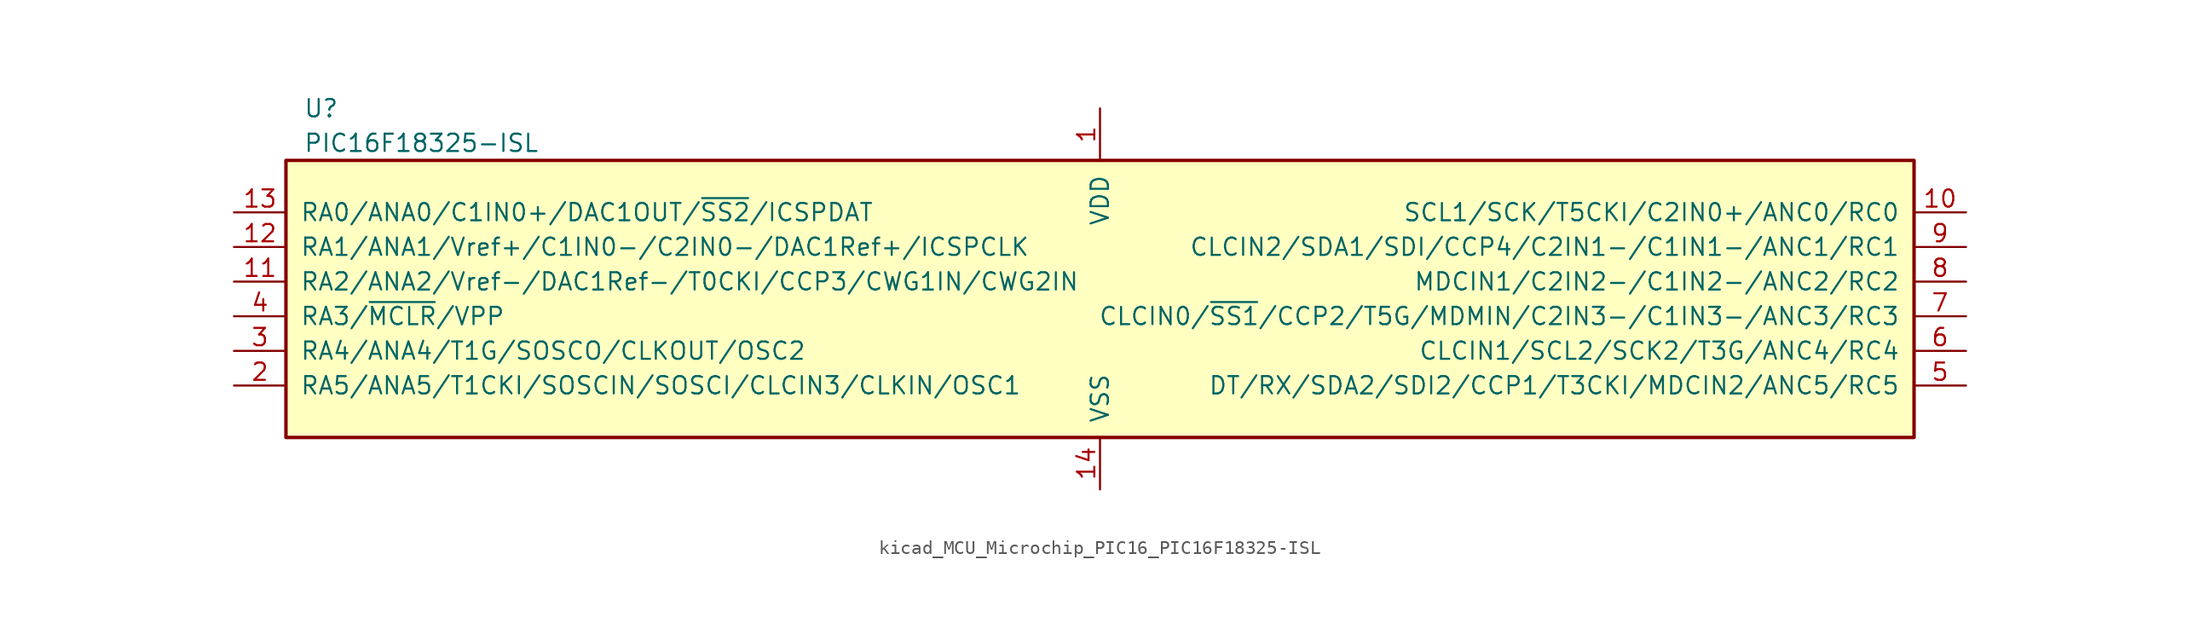
<source format=kicad_sym>
(kicad_symbol_lib
  (version 20220914)
  (generator kicad_symbol_editor)
  (symbol "kicad_MCU_Microchip_PIC16_PIC16F18325-ISL"
    (pin_names
      (offset 1.016))
    (property "Reference" "U"
      (at -58.42 15.24 0)
      (effects (font (size 1.27 1.27)) (justify left)))
    (property "Value" "PIC16F18325-ISL"
      (at -58.42 12.7 0)
      (effects (font (size 1.27 1.27)) (justify left)))
    (symbol "kicad_MCU_Microchip_PIC16_PIC16F18325-ISL_1_1"
      (rectangle (start -59.69 11.43) (end 59.69 -8.89) (stroke (width 0.254) (type default)) (fill (type background)))
      (pin power_in line (at 0 15.24 270) (length 3.81) (name "VDD" (effects (font (size 1.27 1.27)))) (number "1" (effects (font (size 1.27 1.27)))))
      (pin bidirectional line (at 63.5 7.62 180) (length 3.81) (name "SCL1/SCK/T5CKI/C2IN0+/ANC0/RC0" (effects (font (size 1.27 1.27)))) (number "10" (effects (font (size 1.27 1.27)))))
      (pin bidirectional line (at -63.5 2.54 0) (length 3.81) (name "RA2/ANA2/Vref-/DAC1Ref-/T0CKI/CCP3/CWG1IN/CWG2IN" (effects (font (size 1.27 1.27)))) (number "11" (effects (font (size 1.27 1.27)))))
      (pin bidirectional line (at -63.5 5.08 0) (length 3.81) (name "RA1/ANA1/Vref+/C1IN0-/C2IN0-/DAC1Ref+/ICSPCLK" (effects (font (size 1.27 1.27)))) (number "12" (effects (font (size 1.27 1.27)))))
      (pin bidirectional line (at -63.5 7.62 0) (length 3.81) (name "RA0/ANA0/C1IN0+/DAC1OUT/~{SS2}/ICSPDAT" (effects (font (size 1.27 1.27)))) (number "13" (effects (font (size 1.27 1.27)))))
      (pin power_in line (at 0 -12.7 90) (length 3.81) (name "VSS" (effects (font (size 1.27 1.27)))) (number "14" (effects (font (size 1.27 1.27)))))
      (pin bidirectional line (at -63.5 -5.08 0) (length 3.81) (name "RA5/ANA5/T1CKI/SOSCIN/SOSCI/CLCIN3/CLKIN/OSC1" (effects (font (size 1.27 1.27)))) (number "2" (effects (font (size 1.27 1.27)))))
      (pin bidirectional line (at -63.5 -2.54 0) (length 3.81) (name "RA4/ANA4/T1G/SOSCO/CLKOUT/OSC2" (effects (font (size 1.27 1.27)))) (number "3" (effects (font (size 1.27 1.27)))))
      (pin bidirectional line (at -63.5 0 0) (length 3.81) (name "RA3/~{MCLR}/VPP" (effects (font (size 1.27 1.27)))) (number "4" (effects (font (size 1.27 1.27)))))
      (pin bidirectional line (at 63.5 -5.08 180) (length 3.81) (name "DT/RX/SDA2/SDI2/CCP1/T3CKI/MDCIN2/ANC5/RC5" (effects (font (size 1.27 1.27)))) (number "5" (effects (font (size 1.27 1.27)))))
      (pin bidirectional line (at 63.5 -2.54 180) (length 3.81) (name "CLCIN1/SCL2/SCK2/T3G/ANC4/RC4" (effects (font (size 1.27 1.27)))) (number "6" (effects (font (size 1.27 1.27)))))
      (pin bidirectional line (at 63.5 0 180) (length 3.81) (name "CLCIN0/~{SS1}/CCP2/T5G/MDMIN/C2IN3-/C1IN3-/ANC3/RC3" (effects (font (size 1.27 1.27)))) (number "7" (effects (font (size 1.27 1.27)))))
      (pin bidirectional line (at 63.5 2.54 180) (length 3.81) (name "MDCIN1/C2IN2-/C1IN2-/ANC2/RC2" (effects (font (size 1.27 1.27)))) (number "8" (effects (font (size 1.27 1.27)))))
      (pin bidirectional line (at 63.5 5.08 180) (length 3.81) (name "CLCIN2/SDA1/SDI/CCP4/C2IN1-/C1IN1-/ANC1/RC1" (effects (font (size 1.27 1.27)))) (number "9" (effects (font (size 1.27 1.27))))))))
</source>
